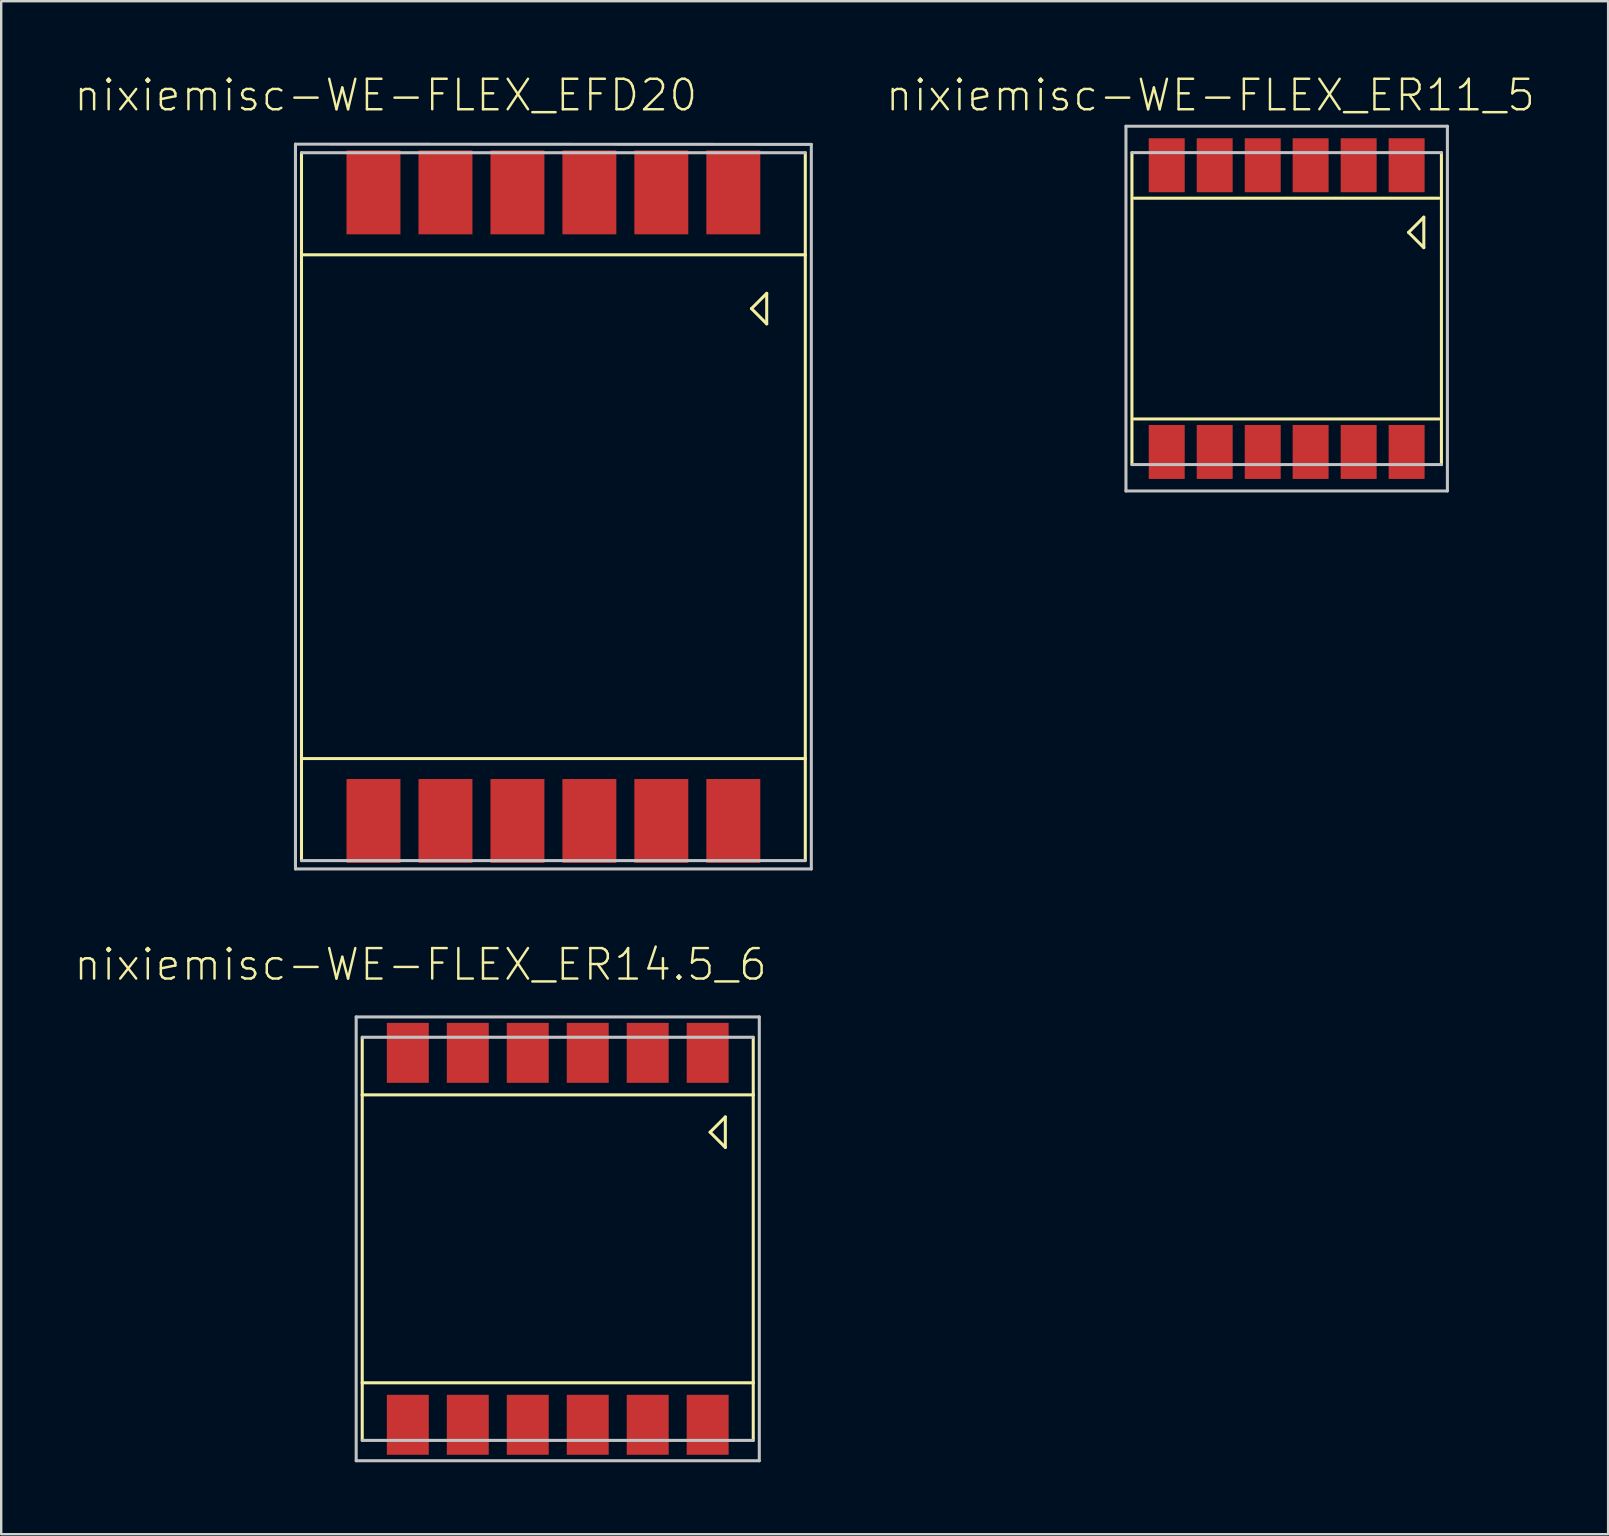
<source format=kicad_pcb>
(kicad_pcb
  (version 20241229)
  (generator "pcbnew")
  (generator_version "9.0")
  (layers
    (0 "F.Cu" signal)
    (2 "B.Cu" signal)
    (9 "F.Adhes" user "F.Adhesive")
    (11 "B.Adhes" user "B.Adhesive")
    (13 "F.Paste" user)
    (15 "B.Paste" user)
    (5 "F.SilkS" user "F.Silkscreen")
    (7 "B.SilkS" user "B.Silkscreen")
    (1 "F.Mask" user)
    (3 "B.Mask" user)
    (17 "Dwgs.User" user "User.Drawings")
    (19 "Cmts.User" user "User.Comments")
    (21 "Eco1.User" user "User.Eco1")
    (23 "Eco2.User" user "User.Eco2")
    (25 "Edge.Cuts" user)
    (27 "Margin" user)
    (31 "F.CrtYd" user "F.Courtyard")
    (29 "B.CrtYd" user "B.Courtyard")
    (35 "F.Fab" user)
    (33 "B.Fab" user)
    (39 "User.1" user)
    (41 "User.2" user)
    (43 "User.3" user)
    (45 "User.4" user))
  (footprint "nixiemisc-WE-FLEX_EFD20"
    (layer "F.Cu")
    (at 20.013 18.066)
    (property "Reference" "nixiemisc-WE-FLEX_EFD20" (at -6.985 -17.145 0) (layer "F.SilkS") (effects (font (size 1.27 1.27) (thickness 0.102))))
    (attr smd)
    (fp_line (start -10.498 -14.75) (end -10.498 -10.498) (stroke (width 0.127) (type solid)) (layer "F.SilkS"))
    (fp_line (start -10.498 -10.498) (end -10.498 10.498) (stroke (width 0.127) (type solid)) (layer "F.SilkS"))
    (fp_line (start -10.498 10.498) (end -10.498 14.75) (stroke (width 0.127) (type solid)) (layer "F.SilkS"))
    (fp_line (start 8.255 -8.255) (end 8.89 -7.62) (stroke (width 0.127) (type solid)) (layer "F.SilkS"))
    (fp_line (start 8.89 -8.89) (end 8.255 -8.255) (stroke (width 0.127) (type solid)) (layer "F.SilkS"))
    (fp_line (start 8.89 -7.62) (end 8.89 -8.89) (stroke (width 0.127) (type solid)) (layer "F.SilkS"))
    (fp_line (start 10.498 -10.498) (end -10.498 -10.498) (stroke (width 0.127) (type solid)) (layer "F.SilkS"))
    (fp_line (start 10.498 -10.498) (end 10.498 -14.75) (stroke (width 0.127) (type solid)) (layer "F.SilkS"))
    (fp_line (start 10.498 10.498) (end -10.498 10.498) (stroke (width 0.127) (type solid)) (layer "F.SilkS"))
    (fp_line (start 10.498 10.498) (end 10.498 -10.498) (stroke (width 0.127) (type solid)) (layer "F.SilkS"))
    (fp_line (start 10.498 14.75) (end 10.498 10.498) (stroke (width 0.127) (type solid)) (layer "F.SilkS"))
    (fp_line (start -10.749 -15.108) (end -10.749 15.098) (stroke (width 0.127) (type solid)) (layer "Dwgs.User"))
    (fp_line (start -10.749 15.098) (end 10.749 15.098) (stroke (width 0.127) (type solid)) (layer "Dwgs.User"))
    (fp_line (start -10.498 14.75) (end 10.498 14.75) (stroke (width 0.127) (type solid)) (layer "Dwgs.User"))
    (fp_line (start 10.498 -14.75) (end -10.498 -14.75) (stroke (width 0.127) (type solid)) (layer "Dwgs.User"))
    (fp_line (start 10.749 -15.098) (end -10.749 -15.108) (stroke (width 0.127) (type solid)) (layer "Dwgs.User"))
    (fp_line (start 10.749 15.098) (end 10.749 -15.098) (stroke (width 0.127) (type solid)) (layer "Dwgs.User"))
    (pad "1" smd rect (at 7.498 -13.099 180) (size 2.248 3.498) (layers "F.Cu" "F.Mask" "F.Paste"))
    (pad "2" smd rect (at 4.498 -13.099 180) (size 2.248 3.498) (layers "F.Cu" "F.Mask" "F.Paste"))
    (pad "3" smd rect (at 1.499 -13.099 180) (size 2.248 3.498) (layers "F.Cu" "F.Mask" "F.Paste"))
    (pad "4" smd rect (at -1.499 -13.099 180) (size 2.248 3.498) (layers "F.Cu" "F.Mask" "F.Paste"))
    (pad "5" smd rect (at -4.498 -13.099 180) (size 2.248 3.498) (layers "F.Cu" "F.Mask" "F.Paste"))
    (pad "6" smd rect (at -7.498 -13.099 180) (size 2.248 3.498) (layers "F.Cu" "F.Mask" "F.Paste"))
    (pad "7" smd rect (at -7.498 13.099 180) (size 2.248 3.498) (layers "F.Cu" "F.Mask" "F.Paste"))
    (pad "8" smd rect (at -4.498 13.099 180) (size 2.248 3.498) (layers "F.Cu" "F.Mask" "F.Paste"))
    (pad "9" smd rect (at -1.499 13.099 180) (size 2.248 3.498) (layers "F.Cu" "F.Mask" "F.Paste"))
    (pad "10" smd rect (at 1.499 13.099 180) (size 2.248 3.498) (layers "F.Cu" "F.Mask" "F.Paste"))
    (pad "11" smd rect (at 4.498 13.099 180) (size 2.248 3.498) (layers "F.Cu" "F.Mask" "F.Paste"))
    (pad "12" smd rect (at 7.498 13.099 180) (size 2.248 3.498) (layers "F.Cu" "F.Mask" "F.Paste")))
  (footprint "nixiemisc-WE-FLEX_ER11_5"
    (layer "F.Cu")
    (at 50.573 9.811)
    (property "Reference" "nixiemisc-WE-FLEX_ER11_5" (at -3.175 -8.89 0) (layer "F.SilkS") (effects (font (size 1.27 1.27) (thickness 0.102))))
    (attr smd)
    (fp_line (start -6.449 -6.5) (end -6.449 6.5) (stroke (width 0.127) (type solid)) (layer "F.SilkS"))
    (fp_line (start 5.08 -3.175) (end 5.715 -3.81) (stroke (width 0.127) (type solid)) (layer "F.SilkS"))
    (fp_line (start 5.715 -3.81) (end 5.715 -2.54) (stroke (width 0.127) (type solid)) (layer "F.SilkS"))
    (fp_line (start 5.715 -2.54) (end 5.08 -3.175) (stroke (width 0.127) (type solid)) (layer "F.SilkS"))
    (fp_line (start 6.35 -4.6) (end -6.35 -4.6) (stroke (width 0.127) (type solid)) (layer "F.SilkS"))
    (fp_line (start 6.35 4.6) (end -6.35 4.6) (stroke (width 0.127) (type solid)) (layer "F.SilkS"))
    (fp_line (start 6.449 6.5) (end 6.449 -6.5) (stroke (width 0.127) (type solid)) (layer "F.SilkS"))
    (fp_line (start -6.698 -7.6) (end -6.698 7.6) (stroke (width 0.127) (type solid)) (layer "Dwgs.User"))
    (fp_line (start -6.698 7.6) (end 6.698 7.6) (stroke (width 0.127) (type solid)) (layer "Dwgs.User"))
    (fp_line (start -6.449 6.5) (end 6.449 6.5) (stroke (width 0.127) (type solid)) (layer "Dwgs.User"))
    (fp_line (start 6.449 -6.5) (end -6.449 -6.5) (stroke (width 0.127) (type solid)) (layer "Dwgs.User"))
    (fp_line (start 6.698 -7.6) (end -6.698 -7.6) (stroke (width 0.127) (type solid)) (layer "Dwgs.User"))
    (fp_line (start 6.698 7.6) (end 6.698 -7.6) (stroke (width 0.127) (type solid)) (layer "Dwgs.User"))
    (pad "1" smd rect (at 4.999 -5.974 180) (size 1.499 2.248) (layers "F.Cu" "F.Mask" "F.Paste"))
    (pad "2" smd rect (at 3 -5.974 180) (size 1.499 2.248) (layers "F.Cu" "F.Mask" "F.Paste"))
    (pad "3" smd rect (at 0.998 -5.974 180) (size 1.499 2.248) (layers "F.Cu" "F.Mask" "F.Paste"))
    (pad "4" smd rect (at -0.998 -5.974 180) (size 1.499 2.248) (layers "F.Cu" "F.Mask" "F.Paste"))
    (pad "5" smd rect (at -3 -5.974 180) (size 1.499 2.248) (layers "F.Cu" "F.Mask" "F.Paste"))
    (pad "6" smd rect (at -4.999 -5.974 180) (size 1.499 2.248) (layers "F.Cu" "F.Mask" "F.Paste"))
    (pad "7" smd rect (at -4.999 5.974 180) (size 1.499 2.248) (layers "F.Cu" "F.Mask" "F.Paste"))
    (pad "8" smd rect (at -3 5.974 180) (size 1.499 2.248) (layers "F.Cu" "F.Mask" "F.Paste"))
    (pad "9" smd rect (at -0.998 5.974 180) (size 1.499 2.248) (layers "F.Cu" "F.Mask" "F.Paste"))
    (pad "10" smd rect (at 0.998 5.974 180) (size 1.499 2.248) (layers "F.Cu" "F.Mask" "F.Paste"))
    (pad "11" smd rect (at 3 5.974 180) (size 1.499 2.248) (layers "F.Cu" "F.Mask" "F.Paste"))
    (pad "12" smd rect (at 4.999 5.974 180) (size 1.499 2.248) (layers "F.Cu" "F.Mask" "F.Paste")))
  (footprint "nixiemisc-WE-FLEX_ER14.5_6"
    (layer "F.Cu")
    (at 20.194 48.579)
    (property "Reference" "nixiemisc-WE-FLEX_ER14.5_6" (at -5.715 -11.43 0) (layer "F.SilkS") (effects (font (size 1.27 1.27) (thickness 0.102))))
    (attr smd)
    (fp_line (start -8.148 -8.4) (end -8.148 -5.999) (stroke (width 0.127) (type solid)) (layer "F.SilkS"))
    (fp_line (start -8.148 -5.999) (end -8.148 5.999) (stroke (width 0.127) (type solid)) (layer "F.SilkS"))
    (fp_line (start -8.148 5.999) (end -8.148 8.4) (stroke (width 0.127) (type solid)) (layer "F.SilkS"))
    (fp_line (start 6.35 -4.445) (end 6.985 -5.08) (stroke (width 0.127) (type solid)) (layer "F.SilkS"))
    (fp_line (start 6.985 -5.08) (end 6.985 -3.81) (stroke (width 0.127) (type solid)) (layer "F.SilkS"))
    (fp_line (start 6.985 -3.81) (end 6.35 -4.445) (stroke (width 0.127) (type solid)) (layer "F.SilkS"))
    (fp_line (start 8.148 -5.999) (end -8.148 -5.999) (stroke (width 0.127) (type solid)) (layer "F.SilkS"))
    (fp_line (start 8.148 -5.999) (end 8.148 -8.4) (stroke (width 0.127) (type solid)) (layer "F.SilkS"))
    (fp_line (start 8.148 5.999) (end -8.148 5.999) (stroke (width 0.127) (type solid)) (layer "F.SilkS"))
    (fp_line (start 8.148 5.999) (end 8.148 -5.999) (stroke (width 0.127) (type solid)) (layer "F.SilkS"))
    (fp_line (start 8.148 8.4) (end 8.148 5.999) (stroke (width 0.127) (type solid)) (layer "F.SilkS"))
    (fp_line (start -8.4 -9.248) (end -8.4 9.248) (stroke (width 0.127) (type solid)) (layer "Dwgs.User"))
    (fp_line (start -8.4 9.248) (end 8.4 9.248) (stroke (width 0.127) (type solid)) (layer "Dwgs.User"))
    (fp_line (start -8.148 8.4) (end 8.148 8.4) (stroke (width 0.127) (type solid)) (layer "Dwgs.User"))
    (fp_line (start 8.148 -8.4) (end -8.148 -8.4) (stroke (width 0.127) (type solid)) (layer "Dwgs.User"))
    (fp_line (start 8.4 -9.248) (end -8.4 -9.248) (stroke (width 0.127) (type solid)) (layer "Dwgs.User"))
    (fp_line (start 8.4 9.248) (end 8.4 -9.248) (stroke (width 0.127) (type solid)) (layer "Dwgs.User"))
    (pad "1" smd rect (at 6.248 -7.75 180) (size 1.748 2.499) (layers "F.Cu" "F.Mask" "F.Paste"))
    (pad "2" smd rect (at 3.749 -7.75 180) (size 1.748 2.499) (layers "F.Cu" "F.Mask" "F.Paste"))
    (pad "3" smd rect (at 1.25 -7.75 180) (size 1.748 2.499) (layers "F.Cu" "F.Mask" "F.Paste"))
    (pad "4" smd rect (at -1.25 -7.75 180) (size 1.748 2.499) (layers "F.Cu" "F.Mask" "F.Paste"))
    (pad "5" smd rect (at -3.749 -7.75 180) (size 1.748 2.499) (layers "F.Cu" "F.Mask" "F.Paste"))
    (pad "6" smd rect (at -6.248 -7.75 180) (size 1.748 2.499) (layers "F.Cu" "F.Mask" "F.Paste"))
    (pad "7" smd rect (at -6.248 7.75 180) (size 1.748 2.499) (layers "F.Cu" "F.Mask" "F.Paste"))
    (pad "8" smd rect (at -3.749 7.75 180) (size 1.748 2.499) (layers "F.Cu" "F.Mask" "F.Paste"))
    (pad "9" smd rect (at -1.25 7.75 180) (size 1.748 2.499) (layers "F.Cu" "F.Mask" "F.Paste"))
    (pad "10" smd rect (at 1.25 7.75 180) (size 1.748 2.499) (layers "F.Cu" "F.Mask" "F.Paste"))
    (pad "11" smd rect (at 3.749 7.75 180) (size 1.748 2.499) (layers "F.Cu" "F.Mask" "F.Paste"))
    (pad "12" smd rect (at 6.248 7.75 180) (size 1.748 2.499) (layers "F.Cu" "F.Mask" "F.Paste")))
  (gr_rect
    (start -3 -3)
    (end 63.97 60.89)
    (stroke (width 0.1) (type default))
    (fill no)
    (layer "Edge.Cuts")))
</source>
